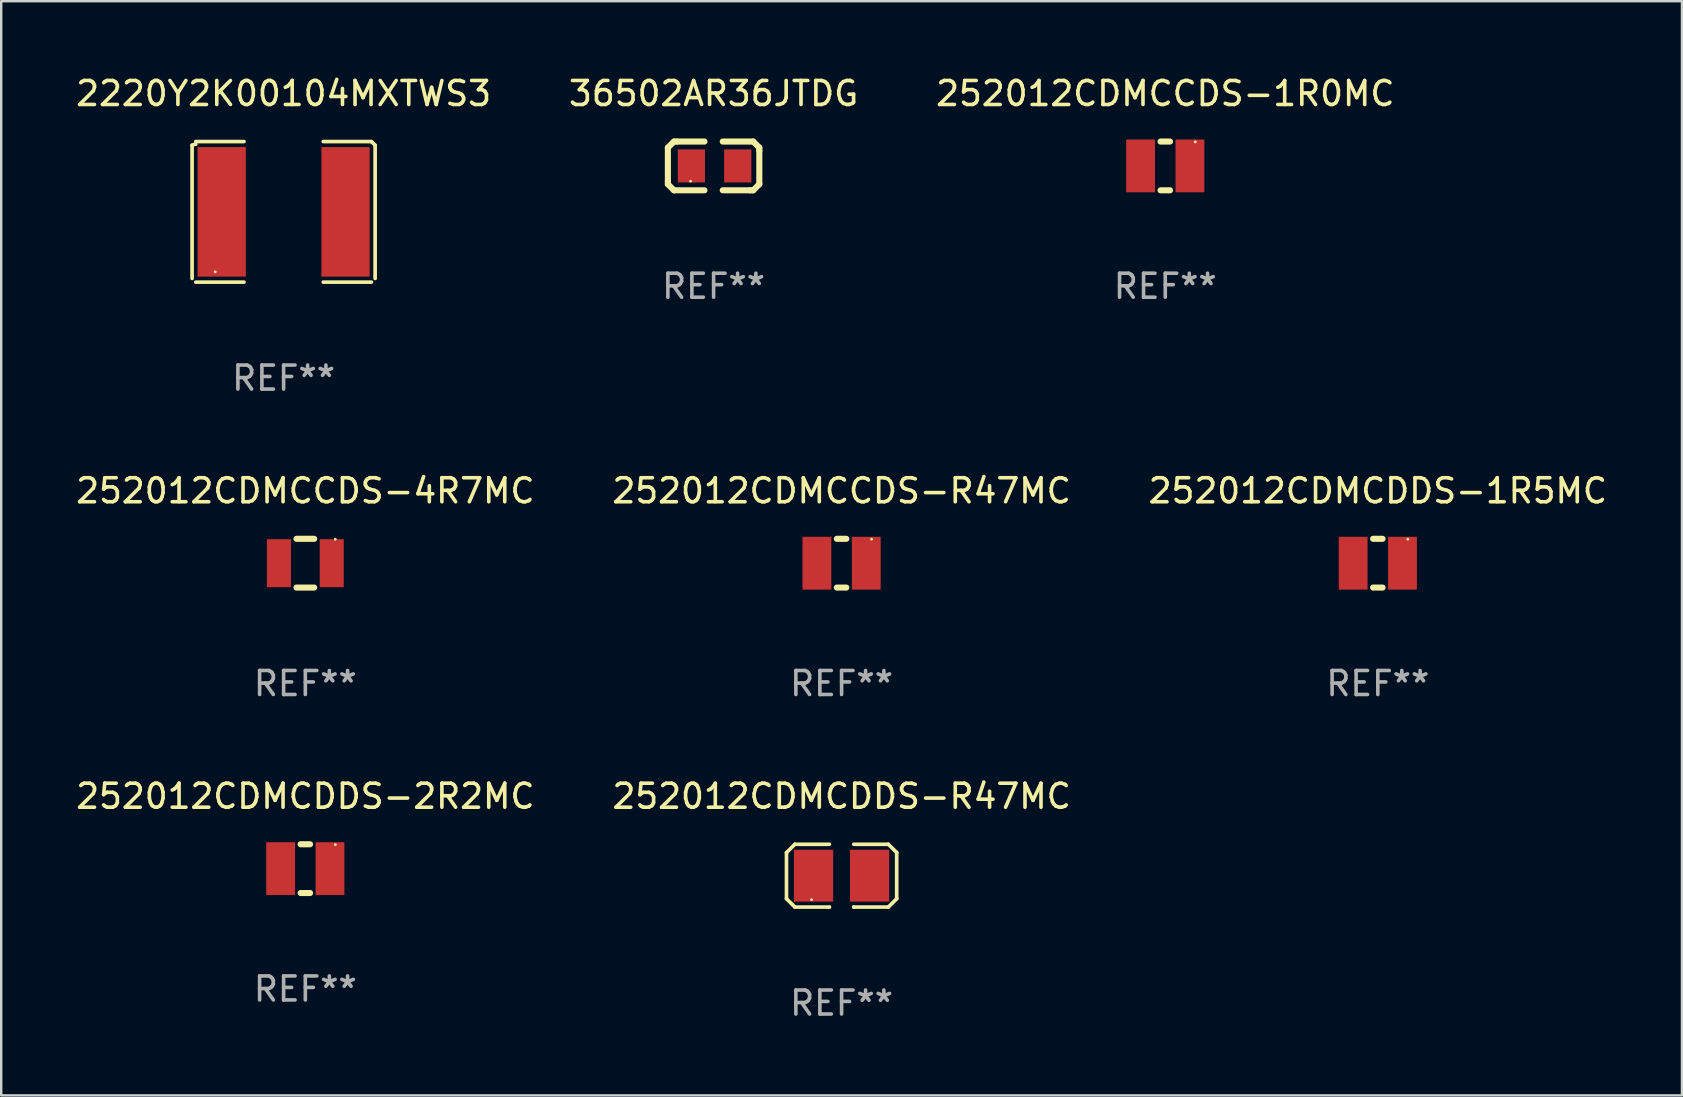
<source format=kicad_pcb>
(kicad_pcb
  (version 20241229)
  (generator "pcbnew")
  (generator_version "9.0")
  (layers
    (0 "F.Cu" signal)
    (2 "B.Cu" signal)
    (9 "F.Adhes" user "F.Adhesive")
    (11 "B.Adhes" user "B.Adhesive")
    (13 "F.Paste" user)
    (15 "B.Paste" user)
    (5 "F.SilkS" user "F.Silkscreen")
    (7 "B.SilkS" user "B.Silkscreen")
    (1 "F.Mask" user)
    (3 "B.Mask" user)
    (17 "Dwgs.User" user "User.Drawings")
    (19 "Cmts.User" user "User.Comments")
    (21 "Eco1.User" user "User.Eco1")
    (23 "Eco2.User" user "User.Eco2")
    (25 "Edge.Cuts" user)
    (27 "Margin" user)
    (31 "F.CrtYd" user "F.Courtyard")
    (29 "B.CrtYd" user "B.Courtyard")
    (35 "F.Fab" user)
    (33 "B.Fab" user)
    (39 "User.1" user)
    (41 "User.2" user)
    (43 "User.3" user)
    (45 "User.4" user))
  (footprint "2220Y2K00104MXTWS3"
    (layer "F.Cu")
    (at 8.768 5.777)
    (property "Reference" "2220Y2K00104MXTWS3" (at 0 -4.929 0) (layer "F.SilkS") (effects (font (size 1 1) (thickness 0.15))))
    (attr through_hole)
    (fp_line (start -3.814 2.776) (end -3.814 -2.776) (stroke (width 0.152) (type solid)) (layer "F.SilkS"))
    (fp_line (start -3.661 -2.929) (end -1.651 -2.929) (stroke (width 0.152) (type solid)) (layer "F.SilkS"))
    (fp_line (start -1.651 2.929) (end -3.661 2.929) (stroke (width 0.152) (type solid)) (layer "F.SilkS"))
    (fp_line (start 1.651 2.929) (end 3.661 2.929) (stroke (width 0.152) (type solid)) (layer "F.SilkS"))
    (fp_line (start 3.661 -2.929) (end 1.651 -2.929) (stroke (width 0.152) (type solid)) (layer "F.SilkS"))
    (fp_line (start 3.814 2.776) (end 3.814 -2.776) (stroke (width 0.152) (type solid)) (layer "F.SilkS"))
    (fp_arc (start -3.813614 -2.7762) (mid -3.739925 -2.805625) (end -3.661214 -2.815646) (stroke (width 0.1524) (type solid)) (layer "F.SilkS"))
    (fp_arc (start 3.661214 -2.9286) (mid 3.737425 -2.852411) (end 3.813614 -2.7762) (stroke (width 0.1524) (type solid)) (layer "F.SilkS"))
    (fp_circle (center -2.85 2.5) (end -2.82 2.5) (stroke (width 0.06) (type solid)) (fill no) (layer "F.SilkS"))
    (fp_text user "REF**" (at 0 6.929 0) (layer "F.Fab") (effects (font (size 1 1) (thickness 0.15))))
    (pad "1" smd rect (at -2.58 0) (size 2.01 5.4) (layers "F.Cu" "F.Mask" "F.Paste"))
    (pad "2" smd rect (at 2.58 0) (size 2.01 5.4) (layers "F.Cu" "F.Mask" "F.Paste")))
  (footprint "36502AR36JTDG"
    (layer "F.Cu")
    (at 26.685 3.864)
    (property "Reference" "36502AR36JTDG" (at 0 -3.016 0) (layer "F.SilkS") (effects (font (size 1 1) (thickness 0.15))))
    (attr through_hole)
    (fp_line (start -1.905 -0.762) (end -1.905 0.635) (stroke (width 0.254) (type solid)) (layer "F.SilkS"))
    (fp_line (start -1.905 0.635) (end -1.905 0.762) (stroke (width 0.254) (type solid)) (layer "F.SilkS"))
    (fp_line (start -1.905 0.762) (end -1.651 1.016) (stroke (width 0.254) (type solid)) (layer "F.SilkS"))
    (fp_line (start -1.651 -1.016) (end -1.905 -0.762) (stroke (width 0.254) (type solid)) (layer "F.SilkS"))
    (fp_line (start -1.651 1.016) (end -0.381 1.016) (stroke (width 0.254) (type solid)) (layer "F.SilkS"))
    (fp_line (start -1.524 -1.016) (end -1.651 -1.016) (stroke (width 0.254) (type solid)) (layer "F.SilkS"))
    (fp_line (start -0.381 -1.016) (end -1.524 -1.016) (stroke (width 0.254) (type solid)) (layer "F.SilkS"))
    (fp_line (start 0.381 1.016) (end 1.524 1.016) (stroke (width 0.254) (type solid)) (layer "F.SilkS"))
    (fp_line (start 1.524 1.016) (end 1.651 1.016) (stroke (width 0.254) (type solid)) (layer "F.SilkS"))
    (fp_line (start 1.651 -1.016) (end 0.381 -1.016) (stroke (width 0.254) (type solid)) (layer "F.SilkS"))
    (fp_line (start 1.651 1.016) (end 1.905 0.762) (stroke (width 0.254) (type solid)) (layer "F.SilkS"))
    (fp_line (start 1.905 -0.762) (end 1.651 -1.016) (stroke (width 0.254) (type solid)) (layer "F.SilkS"))
    (fp_line (start 1.905 -0.635) (end 1.905 -0.762) (stroke (width 0.254) (type solid)) (layer "F.SilkS"))
    (fp_line (start 1.905 0.762) (end 1.905 -0.635) (stroke (width 0.254) (type solid)) (layer "F.SilkS"))
    (fp_circle (center -0.96 0.637) (end -0.93 0.637) (stroke (width 0.06) (type solid)) (fill no) (layer "F.SilkS"))
    (fp_text user "REF**" (at 0 5.016 0) (layer "F.Fab") (effects (font (size 1 1) (thickness 0.15))))
    (pad "1" smd rect (at -0.926 -0.000051) (size 1.133 1.377) (layers "F.Cu" "F.Mask" "F.Paste"))
    (pad "2" smd rect (at 1.006 -0.000051) (size 1.133 1.377) (layers "F.Cu" "F.Mask" "F.Paste")))
  (footprint "252012CDMCCDS-1R0MC"
    (layer "F.Cu")
    (at 45.506 3.864)
    (property "Reference" "252012CDMCCDS-1R0MC" (at 0 -3.016 0) (layer "F.SilkS") (effects (font (size 1 1) (thickness 0.15))))
    (attr through_hole)
    (fp_line (start -0.197 1.016) (end 0.197 1.016) (stroke (width 0.254) (type solid)) (layer "F.SilkS"))
    (fp_line (start 0.197 -1.016) (end -0.197 -1.016) (stroke (width 0.254) (type solid)) (layer "F.SilkS"))
    (fp_circle (center 1.25 -1) (end 1.28 -1) (stroke (width 0.06) (type solid)) (fill no) (layer "F.SilkS"))
    (fp_text user "REF**" (at 0 5.016 0) (layer "F.Fab") (effects (font (size 1 1) (thickness 0.15))))
    (pad "1" smd rect (at 1.028 0) (size 1.2 2.2) (layers "F.Cu" "F.Mask" "F.Paste"))
    (pad "2" smd rect (at -1.028 0) (size 1.2 2.2) (layers "F.Cu" "F.Mask" "F.Paste")))
  (footprint "252012CDMCCDS-R47MC"
    (layer "F.Cu")
    (at 32.018 20.418)
    (property "Reference" "252012CDMCCDS-R47MC" (at 0 -3.016 0) (layer "F.SilkS") (effects (font (size 1 1) (thickness 0.15))))
    (attr through_hole)
    (fp_line (start -0.197 1.016) (end 0.197 1.016) (stroke (width 0.254) (type solid)) (layer "F.SilkS"))
    (fp_line (start 0.197 -1.016) (end -0.197 -1.016) (stroke (width 0.254) (type solid)) (layer "F.SilkS"))
    (fp_circle (center 1.25 -1) (end 1.28 -1) (stroke (width 0.06) (type solid)) (fill no) (layer "F.SilkS"))
    (fp_text user "REF**" (at 0 5.016 0) (layer "F.Fab") (effects (font (size 1 1) (thickness 0.15))))
    (pad "1" smd rect (at 1.028 0) (size 1.2 2.2) (layers "F.Cu" "F.Mask" "F.Paste"))
    (pad "2" smd rect (at -1.028 0) (size 1.2 2.2) (layers "F.Cu" "F.Mask" "F.Paste")))
  (footprint "252012CDMCDDS-R47MC"
    (layer "F.Cu")
    (at 32.018 33.439)
    (property "Reference" "252012CDMCDDS-R47MC" (at 0 -3.308 0) (layer "F.SilkS") (effects (font (size 1 1) (thickness 0.15))))
    (attr through_hole)
    (fp_line (start -2.296 -0.96) (end -1.948 -1.308) (stroke (width 0.152) (type solid)) (layer "F.SilkS"))
    (fp_line (start -2.296 0.96) (end -2.296 -0.96) (stroke (width 0.152) (type solid)) (layer "F.SilkS"))
    (fp_line (start -1.948 -1.308) (end -0.508 -1.308) (stroke (width 0.152) (type solid)) (layer "F.SilkS"))
    (fp_line (start -1.948 1.308) (end -2.296 0.96) (stroke (width 0.152) (type solid)) (layer "F.SilkS"))
    (fp_line (start -0.508 1.308) (end -1.948 1.308) (stroke (width 0.152) (type solid)) (layer "F.SilkS"))
    (fp_line (start -0.508 1.308) (end -0.508 1.308) (stroke (width 0.152) (type solid)) (layer "F.SilkS"))
    (fp_line (start 0.508 1.308) (end 0.508 1.308) (stroke (width 0.152) (type solid)) (layer "F.SilkS"))
    (fp_line (start 0.508 1.308) (end 1.948 1.308) (stroke (width 0.152) (type solid)) (layer "F.SilkS"))
    (fp_line (start 1.948 -1.308) (end 0.508 -1.308) (stroke (width 0.152) (type solid)) (layer "F.SilkS"))
    (fp_line (start 1.948 1.308) (end 2.296 0.963) (stroke (width 0.152) (type solid)) (layer "F.SilkS"))
    (fp_line (start 2.296 -0.963) (end 1.948 -1.308) (stroke (width 0.152) (type solid)) (layer "F.SilkS"))
    (fp_line (start 2.296 0.963) (end 2.296 -0.963) (stroke (width 0.152) (type solid)) (layer "F.SilkS"))
    (fp_circle (center -1.25 1) (end -1.22 1) (stroke (width 0.06) (type solid)) (fill no) (layer "F.SilkS"))
    (fp_text user "REF**" (at 0 5.308 0) (layer "F.Fab") (effects (font (size 1 1) (thickness 0.15))))
    (pad "1" smd rect (at -1.168 0.000025) (size 1.635 2.16) (layers "F.Cu" "F.Mask" "F.Paste"))
    (pad "2" smd rect (at 1.168 0.000025) (size 1.635 2.16) (layers "F.Cu" "F.Mask" "F.Paste")))
  (footprint "252012CDMCDDS-2R2MC"
    (layer "F.Cu")
    (at 9.673 33.146)
    (property "Reference" "252012CDMCDDS-2R2MC" (at 0 -3.016 0) (layer "F.SilkS") (effects (font (size 1 1) (thickness 0.15))))
    (attr through_hole)
    (fp_line (start -0.197 1.016) (end 0.197 1.016) (stroke (width 0.254) (type solid)) (layer "F.SilkS"))
    (fp_line (start 0.197 -1.016) (end -0.197 -1.016) (stroke (width 0.254) (type solid)) (layer "F.SilkS"))
    (fp_circle (center 1.25 -1) (end 1.28 -1) (stroke (width 0.06) (type solid)) (fill no) (layer "F.SilkS"))
    (fp_text user "REF**" (at 0 5.016 0) (layer "F.Fab") (effects (font (size 1 1) (thickness 0.15))))
    (pad "1" smd rect (at 1.028 0) (size 1.2 2.2) (layers "F.Cu" "F.Mask" "F.Paste"))
    (pad "2" smd rect (at -1.028 0) (size 1.2 2.2) (layers "F.Cu" "F.Mask" "F.Paste")))
  (footprint "252012CDMCDDS-1R5MC"
    (layer "F.Cu")
    (at 54.363 20.418)
    (property "Reference" "252012CDMCDDS-1R5MC" (at 0 -3.016 0) (layer "F.SilkS") (effects (font (size 1 1) (thickness 0.15))))
    (attr through_hole)
    (fp_line (start -0.197 1.016) (end 0.197 1.016) (stroke (width 0.254) (type solid)) (layer "F.SilkS"))
    (fp_line (start 0.197 -1.016) (end -0.197 -1.016) (stroke (width 0.254) (type solid)) (layer "F.SilkS"))
    (fp_circle (center 1.25 -1) (end 1.28 -1) (stroke (width 0.06) (type solid)) (fill no) (layer "F.SilkS"))
    (fp_text user "REF**" (at 0 5.016 0) (layer "F.Fab") (effects (font (size 1 1) (thickness 0.15))))
    (pad "1" smd rect (at 1.028 0) (size 1.2 2.2) (layers "F.Cu" "F.Mask" "F.Paste"))
    (pad "2" smd rect (at -1.028 0) (size 1.2 2.2) (layers "F.Cu" "F.Mask" "F.Paste")))
  (footprint "252012CDMCCDS-4R7MC"
    (layer "F.Cu")
    (at 9.673 20.418)
    (property "Reference" "252012CDMCCDS-4R7MC" (at 0 -3.016 0) (layer "F.SilkS") (effects (font (size 1 1) (thickness 0.15))))
    (attr through_hole)
    (fp_line (start -0.369 1.016) (end 0.369 1.016) (stroke (width 0.254) (type solid)) (layer "F.SilkS"))
    (fp_line (start 0.369 -1.016) (end -0.369 -1.016) (stroke (width 0.254) (type solid)) (layer "F.SilkS"))
    (fp_circle (center 1.25 -1) (end 1.28 -1) (stroke (width 0.06) (type solid)) (fill no) (layer "F.SilkS"))
    (fp_text user "REF**" (at 0 5.016 0) (layer "F.Fab") (effects (font (size 1 1) (thickness 0.15))))
    (pad "1" smd rect (at 1.1 0) (size 1 2) (layers "F.Cu" "F.Mask" "F.Paste"))
    (pad "2" smd rect (at -1.1 0) (size 1 2) (layers "F.Cu" "F.Mask" "F.Paste")))
  (gr_rect
    (start -3 -3)
    (end 67.036 42.595)
    (stroke (width 0.1) (type default))
    (fill no)
    (layer "Edge.Cuts")))
</source>
